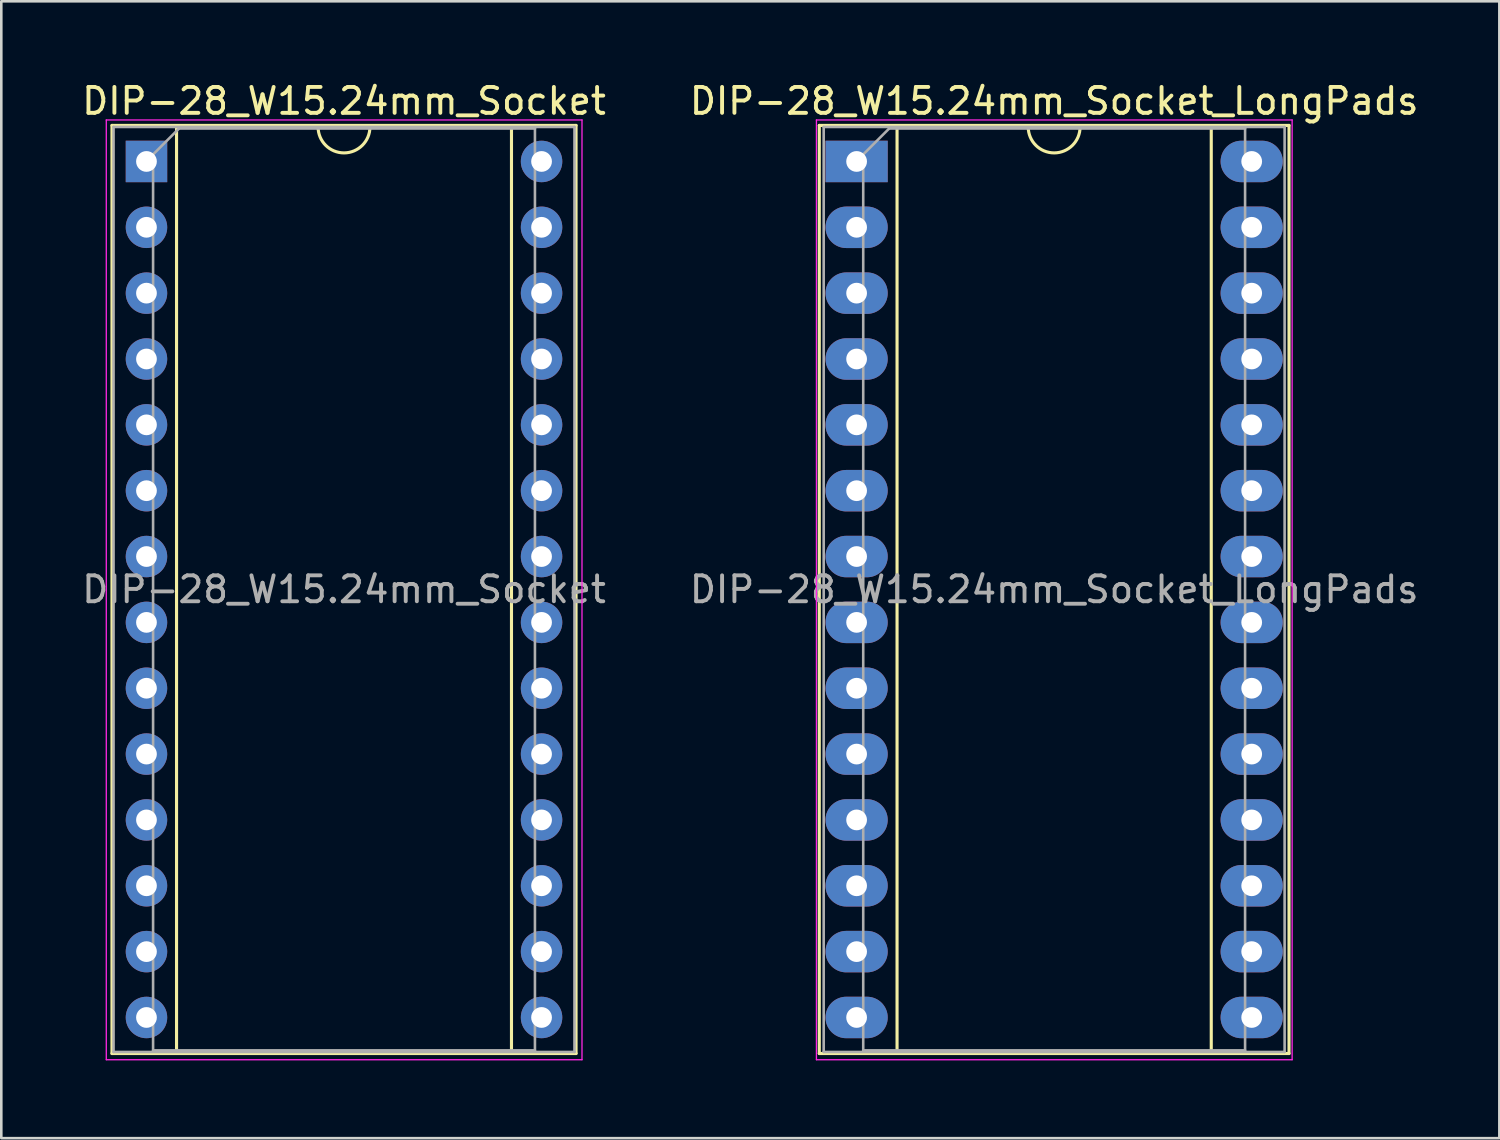
<source format=kicad_pcb>
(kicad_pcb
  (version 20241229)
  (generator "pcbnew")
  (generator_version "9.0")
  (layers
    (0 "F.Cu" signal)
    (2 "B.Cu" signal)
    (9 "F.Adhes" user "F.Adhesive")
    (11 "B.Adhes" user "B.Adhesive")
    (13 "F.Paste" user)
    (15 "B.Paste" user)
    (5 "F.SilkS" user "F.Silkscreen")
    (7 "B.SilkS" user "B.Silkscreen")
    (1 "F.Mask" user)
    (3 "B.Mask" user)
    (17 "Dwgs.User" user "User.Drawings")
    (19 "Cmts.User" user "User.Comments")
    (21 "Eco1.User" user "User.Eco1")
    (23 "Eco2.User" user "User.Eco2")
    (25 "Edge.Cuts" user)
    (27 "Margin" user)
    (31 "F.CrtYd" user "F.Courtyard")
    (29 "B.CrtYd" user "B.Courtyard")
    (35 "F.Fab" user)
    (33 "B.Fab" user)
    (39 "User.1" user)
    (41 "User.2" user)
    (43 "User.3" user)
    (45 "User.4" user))
  (footprint "DIP-28_W15.24mm_Socket_LongPads"
    (layer "F.Cu")
    (at 29.993 3.178)
    (property "Reference" "DIP-28_W15.24mm_Socket_LongPads" (at 7.62 -2.33 0) (layer "F.SilkS") (effects (font (size 1 1) (thickness 0.15))))
    (attr through_hole)
    (fp_line (start -1.44 -1.39) (end -1.44 34.41) (stroke (width 0.12) (type solid)) (layer "F.SilkS"))
    (fp_line (start -1.44 34.41) (end 16.68 34.41) (stroke (width 0.12) (type solid)) (layer "F.SilkS"))
    (fp_line (start 1.56 -1.33) (end 1.56 34.35) (stroke (width 0.12) (type solid)) (layer "F.SilkS"))
    (fp_line (start 1.56 34.35) (end 13.68 34.35) (stroke (width 0.12) (type solid)) (layer "F.SilkS"))
    (fp_line (start 6.62 -1.33) (end 1.56 -1.33) (stroke (width 0.12) (type solid)) (layer "F.SilkS"))
    (fp_line (start 13.68 -1.33) (end 8.62 -1.33) (stroke (width 0.12) (type solid)) (layer "F.SilkS"))
    (fp_line (start 13.68 34.35) (end 13.68 -1.33) (stroke (width 0.12) (type solid)) (layer "F.SilkS"))
    (fp_line (start 16.68 -1.39) (end -1.44 -1.39) (stroke (width 0.12) (type solid)) (layer "F.SilkS"))
    (fp_line (start 16.68 34.41) (end 16.68 -1.39) (stroke (width 0.12) (type solid)) (layer "F.SilkS"))
    (fp_arc (start 8.62 -1.33) (mid 7.62 -0.33) (end 6.62 -1.33) (stroke (width 0.12) (type solid)) (layer "F.SilkS"))
    (fp_line (start -1.55 -1.6) (end -1.55 34.65) (stroke (width 0.05) (type solid)) (layer "F.CrtYd"))
    (fp_line (start -1.55 34.65) (end 16.8 34.65) (stroke (width 0.05) (type solid)) (layer "F.CrtYd"))
    (fp_line (start 16.8 -1.6) (end -1.55 -1.6) (stroke (width 0.05) (type solid)) (layer "F.CrtYd"))
    (fp_line (start 16.8 34.65) (end 16.8 -1.6) (stroke (width 0.05) (type solid)) (layer "F.CrtYd"))
    (fp_line (start -1.27 -1.33) (end -1.27 34.35) (stroke (width 0.1) (type solid)) (layer "F.Fab"))
    (fp_line (start -1.27 34.35) (end 16.51 34.35) (stroke (width 0.1) (type solid)) (layer "F.Fab"))
    (fp_line (start 0.255 -0.27) (end 1.255 -1.27) (stroke (width 0.1) (type solid)) (layer "F.Fab"))
    (fp_line (start 0.255 34.29) (end 0.255 -0.27) (stroke (width 0.1) (type solid)) (layer "F.Fab"))
    (fp_line (start 1.255 -1.27) (end 14.985 -1.27) (stroke (width 0.1) (type solid)) (layer "F.Fab"))
    (fp_line (start 14.985 -1.27) (end 14.985 34.29) (stroke (width 0.1) (type solid)) (layer "F.Fab"))
    (fp_line (start 14.985 34.29) (end 0.255 34.29) (stroke (width 0.1) (type solid)) (layer "F.Fab"))
    (fp_line (start 16.51 -1.33) (end -1.27 -1.33) (stroke (width 0.1) (type solid)) (layer "F.Fab"))
    (fp_line (start 16.51 34.35) (end 16.51 -1.33) (stroke (width 0.1) (type solid)) (layer "F.Fab"))
    (fp_text user "${REFERENCE}" (at 7.62 16.51 0) (layer "F.Fab") (effects (font (size 1 1) (thickness 0.15))))
    (pad "1" thru_hole rect (at 0 0) (size 2.4 1.6) (drill 0.8) (layers "*.Cu" "*.Mask"))
    (pad "2" thru_hole oval (at 0 2.54) (size 2.4 1.6) (drill 0.8) (layers "*.Cu" "*.Mask"))
    (pad "3" thru_hole oval (at 0 5.08) (size 2.4 1.6) (drill 0.8) (layers "*.Cu" "*.Mask"))
    (pad "4" thru_hole oval (at 0 7.62) (size 2.4 1.6) (drill 0.8) (layers "*.Cu" "*.Mask"))
    (pad "5" thru_hole oval (at 0 10.16) (size 2.4 1.6) (drill 0.8) (layers "*.Cu" "*.Mask"))
    (pad "6" thru_hole oval (at 0 12.7) (size 2.4 1.6) (drill 0.8) (layers "*.Cu" "*.Mask"))
    (pad "7" thru_hole oval (at 0 15.24) (size 2.4 1.6) (drill 0.8) (layers "*.Cu" "*.Mask"))
    (pad "8" thru_hole oval (at 0 17.78) (size 2.4 1.6) (drill 0.8) (layers "*.Cu" "*.Mask"))
    (pad "9" thru_hole oval (at 0 20.32) (size 2.4 1.6) (drill 0.8) (layers "*.Cu" "*.Mask"))
    (pad "10" thru_hole oval (at 0 22.86) (size 2.4 1.6) (drill 0.8) (layers "*.Cu" "*.Mask"))
    (pad "11" thru_hole oval (at 0 25.4) (size 2.4 1.6) (drill 0.8) (layers "*.Cu" "*.Mask"))
    (pad "12" thru_hole oval (at 0 27.94) (size 2.4 1.6) (drill 0.8) (layers "*.Cu" "*.Mask"))
    (pad "13" thru_hole oval (at 0 30.48) (size 2.4 1.6) (drill 0.8) (layers "*.Cu" "*.Mask"))
    (pad "14" thru_hole oval (at 0 33.02) (size 2.4 1.6) (drill 0.8) (layers "*.Cu" "*.Mask"))
    (pad "15" thru_hole oval (at 15.24 33.02) (size 2.4 1.6) (drill 0.8) (layers "*.Cu" "*.Mask"))
    (pad "16" thru_hole oval (at 15.24 30.48) (size 2.4 1.6) (drill 0.8) (layers "*.Cu" "*.Mask"))
    (pad "17" thru_hole oval (at 15.24 27.94) (size 2.4 1.6) (drill 0.8) (layers "*.Cu" "*.Mask"))
    (pad "18" thru_hole oval (at 15.24 25.4) (size 2.4 1.6) (drill 0.8) (layers "*.Cu" "*.Mask"))
    (pad "19" thru_hole oval (at 15.24 22.86) (size 2.4 1.6) (drill 0.8) (layers "*.Cu" "*.Mask"))
    (pad "20" thru_hole oval (at 15.24 20.32) (size 2.4 1.6) (drill 0.8) (layers "*.Cu" "*.Mask"))
    (pad "21" thru_hole oval (at 15.24 17.78) (size 2.4 1.6) (drill 0.8) (layers "*.Cu" "*.Mask"))
    (pad "22" thru_hole oval (at 15.24 15.24) (size 2.4 1.6) (drill 0.8) (layers "*.Cu" "*.Mask"))
    (pad "23" thru_hole oval (at 15.24 12.7) (size 2.4 1.6) (drill 0.8) (layers "*.Cu" "*.Mask"))
    (pad "24" thru_hole oval (at 15.24 10.16) (size 2.4 1.6) (drill 0.8) (layers "*.Cu" "*.Mask"))
    (pad "25" thru_hole oval (at 15.24 7.62) (size 2.4 1.6) (drill 0.8) (layers "*.Cu" "*.Mask"))
    (pad "26" thru_hole oval (at 15.24 5.08) (size 2.4 1.6) (drill 0.8) (layers "*.Cu" "*.Mask"))
    (pad "27" thru_hole oval (at 15.24 2.54) (size 2.4 1.6) (drill 0.8) (layers "*.Cu" "*.Mask"))
    (pad "28" thru_hole oval (at 15.24 0) (size 2.4 1.6) (drill 0.8) (layers "*.Cu" "*.Mask")))
  (footprint "DIP-28_W15.24mm_Socket"
    (layer "F.Cu")
    (at 2.6 3.178)
    (property "Reference" "DIP-28_W15.24mm_Socket" (at 7.62 -2.33 0) (layer "F.SilkS") (effects (font (size 1 1) (thickness 0.15))))
    (attr through_hole)
    (fp_line (start -1.33 -1.39) (end -1.33 34.41) (stroke (width 0.12) (type solid)) (layer "F.SilkS"))
    (fp_line (start -1.33 34.41) (end 16.57 34.41) (stroke (width 0.12) (type solid)) (layer "F.SilkS"))
    (fp_line (start 1.16 -1.33) (end 1.16 34.35) (stroke (width 0.12) (type solid)) (layer "F.SilkS"))
    (fp_line (start 1.16 34.35) (end 14.08 34.35) (stroke (width 0.12) (type solid)) (layer "F.SilkS"))
    (fp_line (start 6.62 -1.33) (end 1.16 -1.33) (stroke (width 0.12) (type solid)) (layer "F.SilkS"))
    (fp_line (start 14.08 -1.33) (end 8.62 -1.33) (stroke (width 0.12) (type solid)) (layer "F.SilkS"))
    (fp_line (start 14.08 34.35) (end 14.08 -1.33) (stroke (width 0.12) (type solid)) (layer "F.SilkS"))
    (fp_line (start 16.57 -1.39) (end -1.33 -1.39) (stroke (width 0.12) (type solid)) (layer "F.SilkS"))
    (fp_line (start 16.57 34.41) (end 16.57 -1.39) (stroke (width 0.12) (type solid)) (layer "F.SilkS"))
    (fp_arc (start 8.62 -1.33) (mid 7.62 -0.33) (end 6.62 -1.33) (stroke (width 0.12) (type solid)) (layer "F.SilkS"))
    (fp_line (start -1.55 -1.6) (end -1.55 34.65) (stroke (width 0.05) (type solid)) (layer "F.CrtYd"))
    (fp_line (start -1.55 34.65) (end 16.8 34.65) (stroke (width 0.05) (type solid)) (layer "F.CrtYd"))
    (fp_line (start 16.8 -1.6) (end -1.55 -1.6) (stroke (width 0.05) (type solid)) (layer "F.CrtYd"))
    (fp_line (start 16.8 34.65) (end 16.8 -1.6) (stroke (width 0.05) (type solid)) (layer "F.CrtYd"))
    (fp_line (start -1.27 -1.33) (end -1.27 34.35) (stroke (width 0.1) (type solid)) (layer "F.Fab"))
    (fp_line (start -1.27 34.35) (end 16.51 34.35) (stroke (width 0.1) (type solid)) (layer "F.Fab"))
    (fp_line (start 0.255 -0.27) (end 1.255 -1.27) (stroke (width 0.1) (type solid)) (layer "F.Fab"))
    (fp_line (start 0.255 34.29) (end 0.255 -0.27) (stroke (width 0.1) (type solid)) (layer "F.Fab"))
    (fp_line (start 1.255 -1.27) (end 14.985 -1.27) (stroke (width 0.1) (type solid)) (layer "F.Fab"))
    (fp_line (start 14.985 -1.27) (end 14.985 34.29) (stroke (width 0.1) (type solid)) (layer "F.Fab"))
    (fp_line (start 14.985 34.29) (end 0.255 34.29) (stroke (width 0.1) (type solid)) (layer "F.Fab"))
    (fp_line (start 16.51 -1.33) (end -1.27 -1.33) (stroke (width 0.1) (type solid)) (layer "F.Fab"))
    (fp_line (start 16.51 34.35) (end 16.51 -1.33) (stroke (width 0.1) (type solid)) (layer "F.Fab"))
    (fp_text user "${REFERENCE}" (at 7.62 16.51 0) (layer "F.Fab") (effects (font (size 1 1) (thickness 0.15))))
    (pad "1" thru_hole rect (at 0 0) (size 1.6 1.6) (drill 0.8) (layers "*.Cu" "*.Mask"))
    (pad "2" thru_hole oval (at 0 2.54) (size 1.6 1.6) (drill 0.8) (layers "*.Cu" "*.Mask"))
    (pad "3" thru_hole oval (at 0 5.08) (size 1.6 1.6) (drill 0.8) (layers "*.Cu" "*.Mask"))
    (pad "4" thru_hole oval (at 0 7.62) (size 1.6 1.6) (drill 0.8) (layers "*.Cu" "*.Mask"))
    (pad "5" thru_hole oval (at 0 10.16) (size 1.6 1.6) (drill 0.8) (layers "*.Cu" "*.Mask"))
    (pad "6" thru_hole oval (at 0 12.7) (size 1.6 1.6) (drill 0.8) (layers "*.Cu" "*.Mask"))
    (pad "7" thru_hole oval (at 0 15.24) (size 1.6 1.6) (drill 0.8) (layers "*.Cu" "*.Mask"))
    (pad "8" thru_hole oval (at 0 17.78) (size 1.6 1.6) (drill 0.8) (layers "*.Cu" "*.Mask"))
    (pad "9" thru_hole oval (at 0 20.32) (size 1.6 1.6) (drill 0.8) (layers "*.Cu" "*.Mask"))
    (pad "10" thru_hole oval (at 0 22.86) (size 1.6 1.6) (drill 0.8) (layers "*.Cu" "*.Mask"))
    (pad "11" thru_hole oval (at 0 25.4) (size 1.6 1.6) (drill 0.8) (layers "*.Cu" "*.Mask"))
    (pad "12" thru_hole oval (at 0 27.94) (size 1.6 1.6) (drill 0.8) (layers "*.Cu" "*.Mask"))
    (pad "13" thru_hole oval (at 0 30.48) (size 1.6 1.6) (drill 0.8) (layers "*.Cu" "*.Mask"))
    (pad "14" thru_hole oval (at 0 33.02) (size 1.6 1.6) (drill 0.8) (layers "*.Cu" "*.Mask"))
    (pad "15" thru_hole oval (at 15.24 33.02) (size 1.6 1.6) (drill 0.8) (layers "*.Cu" "*.Mask"))
    (pad "16" thru_hole oval (at 15.24 30.48) (size 1.6 1.6) (drill 0.8) (layers "*.Cu" "*.Mask"))
    (pad "17" thru_hole oval (at 15.24 27.94) (size 1.6 1.6) (drill 0.8) (layers "*.Cu" "*.Mask"))
    (pad "18" thru_hole oval (at 15.24 25.4) (size 1.6 1.6) (drill 0.8) (layers "*.Cu" "*.Mask"))
    (pad "19" thru_hole oval (at 15.24 22.86) (size 1.6 1.6) (drill 0.8) (layers "*.Cu" "*.Mask"))
    (pad "20" thru_hole oval (at 15.24 20.32) (size 1.6 1.6) (drill 0.8) (layers "*.Cu" "*.Mask"))
    (pad "21" thru_hole oval (at 15.24 17.78) (size 1.6 1.6) (drill 0.8) (layers "*.Cu" "*.Mask"))
    (pad "22" thru_hole oval (at 15.24 15.24) (size 1.6 1.6) (drill 0.8) (layers "*.Cu" "*.Mask"))
    (pad "23" thru_hole oval (at 15.24 12.7) (size 1.6 1.6) (drill 0.8) (layers "*.Cu" "*.Mask"))
    (pad "24" thru_hole oval (at 15.24 10.16) (size 1.6 1.6) (drill 0.8) (layers "*.Cu" "*.Mask"))
    (pad "25" thru_hole oval (at 15.24 7.62) (size 1.6 1.6) (drill 0.8) (layers "*.Cu" "*.Mask"))
    (pad "26" thru_hole oval (at 15.24 5.08) (size 1.6 1.6) (drill 0.8) (layers "*.Cu" "*.Mask"))
    (pad "27" thru_hole oval (at 15.24 2.54) (size 1.6 1.6) (drill 0.8) (layers "*.Cu" "*.Mask"))
    (pad "28" thru_hole oval (at 15.24 0) (size 1.6 1.6) (drill 0.8) (layers "*.Cu" "*.Mask")))
  (gr_rect
    (start -3 -3)
    (end 54.786 40.853)
    (stroke (width 0.1) (type default))
    (fill no)
    (layer "Edge.Cuts")))
</source>
